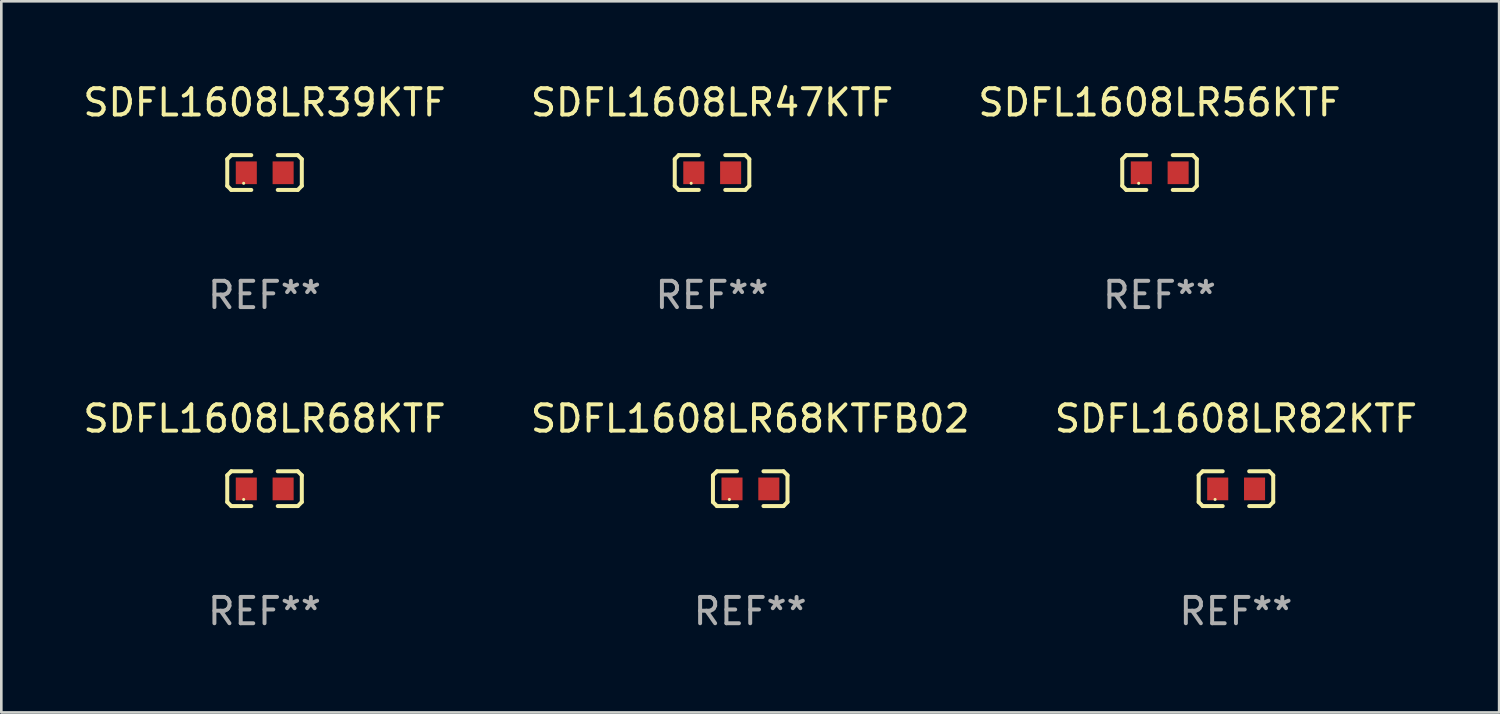
<source format=kicad_pcb>
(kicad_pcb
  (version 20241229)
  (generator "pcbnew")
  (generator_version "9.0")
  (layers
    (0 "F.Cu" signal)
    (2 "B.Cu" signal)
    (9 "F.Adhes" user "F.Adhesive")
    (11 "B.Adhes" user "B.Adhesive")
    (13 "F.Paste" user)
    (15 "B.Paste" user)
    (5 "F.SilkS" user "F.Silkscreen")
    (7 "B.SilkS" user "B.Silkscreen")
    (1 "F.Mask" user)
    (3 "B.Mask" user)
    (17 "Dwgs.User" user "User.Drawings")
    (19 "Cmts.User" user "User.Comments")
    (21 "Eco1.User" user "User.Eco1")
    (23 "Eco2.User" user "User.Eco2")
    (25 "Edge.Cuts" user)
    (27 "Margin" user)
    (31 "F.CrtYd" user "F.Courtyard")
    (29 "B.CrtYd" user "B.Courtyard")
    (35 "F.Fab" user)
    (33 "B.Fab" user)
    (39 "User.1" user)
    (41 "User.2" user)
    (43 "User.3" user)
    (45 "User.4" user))
  (footprint "SDFL1608LR39KTF"
    (layer "F.Cu")
    (at 7.006 3.509)
    (property "Reference" "SDFL1608LR39KTF" (at 0 -2.661 0) (layer "F.SilkS") (effects (font (size 1 1) (thickness 0.15))))
    (attr through_hole)
    (fp_line (start -1.417 -0.508) (end -1.265 -0.661) (stroke (width 0.152) (type solid)) (layer "F.SilkS"))
    (fp_line (start -1.417 0.508) (end -1.417 -0.508) (stroke (width 0.152) (type solid)) (layer "F.SilkS"))
    (fp_line (start -1.265 -0.661) (end -0.503 -0.661) (stroke (width 0.152) (type solid)) (layer "F.SilkS"))
    (fp_line (start -1.265 0.661) (end -1.417 0.508) (stroke (width 0.152) (type solid)) (layer "F.SilkS"))
    (fp_line (start -1.265 0.661) (end -0.503 0.661) (stroke (width 0.152) (type solid)) (layer "F.SilkS"))
    (fp_line (start 1.265 -0.661) (end 0.503 -0.661) (stroke (width 0.152) (type solid)) (layer "F.SilkS"))
    (fp_line (start 1.265 -0.661) (end 1.417 -0.508) (stroke (width 0.152) (type solid)) (layer "F.SilkS"))
    (fp_line (start 1.265 0.661) (end 0.503 0.661) (stroke (width 0.152) (type solid)) (layer "F.SilkS"))
    (fp_line (start 1.417 -0.508) (end 1.417 0.508) (stroke (width 0.152) (type solid)) (layer "F.SilkS"))
    (fp_line (start 1.417 0.508) (end 1.265 0.661) (stroke (width 0.152) (type solid)) (layer "F.SilkS"))
    (fp_circle (center -0.793 0.409) (end -0.763 0.409) (stroke (width 0.06) (type solid)) (fill no) (layer "F.SilkS"))
    (fp_text user "REF**" (at 0 4.661 0) (layer "F.Fab") (effects (font (size 1 1) (thickness 0.15))))
    (pad "1" smd rect (at -0.693 0.009 180) (size 0.8 0.864) (layers "F.Cu" "F.Mask" "F.Paste"))
    (pad "2" smd rect (at 0.707 0.009 180) (size 0.8 0.864) (layers "F.Cu" "F.Mask" "F.Paste")))
  (footprint "SDFL1608LR82KTF"
    (layer "F.Cu")
    (at 43.935 15.527)
    (property "Reference" "SDFL1608LR82KTF" (at 0 -2.661 0) (layer "F.SilkS") (effects (font (size 1 1) (thickness 0.15))))
    (attr through_hole)
    (fp_line (start -1.417 -0.508) (end -1.265 -0.661) (stroke (width 0.152) (type solid)) (layer "F.SilkS"))
    (fp_line (start -1.417 0.508) (end -1.417 -0.508) (stroke (width 0.152) (type solid)) (layer "F.SilkS"))
    (fp_line (start -1.265 -0.661) (end -0.503 -0.661) (stroke (width 0.152) (type solid)) (layer "F.SilkS"))
    (fp_line (start -1.265 0.661) (end -1.417 0.508) (stroke (width 0.152) (type solid)) (layer "F.SilkS"))
    (fp_line (start -1.265 0.661) (end -0.503 0.661) (stroke (width 0.152) (type solid)) (layer "F.SilkS"))
    (fp_line (start 1.265 -0.661) (end 0.503 -0.661) (stroke (width 0.152) (type solid)) (layer "F.SilkS"))
    (fp_line (start 1.265 -0.661) (end 1.417 -0.508) (stroke (width 0.152) (type solid)) (layer "F.SilkS"))
    (fp_line (start 1.265 0.661) (end 0.503 0.661) (stroke (width 0.152) (type solid)) (layer "F.SilkS"))
    (fp_line (start 1.417 -0.508) (end 1.417 0.508) (stroke (width 0.152) (type solid)) (layer "F.SilkS"))
    (fp_line (start 1.417 0.508) (end 1.265 0.661) (stroke (width 0.152) (type solid)) (layer "F.SilkS"))
    (fp_circle (center -0.793 0.409) (end -0.763 0.409) (stroke (width 0.06) (type solid)) (fill no) (layer "F.SilkS"))
    (fp_text user "REF**" (at 0 4.661 0) (layer "F.Fab") (effects (font (size 1 1) (thickness 0.15))))
    (pad "1" smd rect (at -0.693 0.009 180) (size 0.8 0.864) (layers "F.Cu" "F.Mask" "F.Paste"))
    (pad "2" smd rect (at 0.707 0.009 180) (size 0.8 0.864) (layers "F.Cu" "F.Mask" "F.Paste")))
  (footprint "SDFL1608LR68KTFB02"
    (layer "F.Cu")
    (at 25.47 15.527)
    (property "Reference" "SDFL1608LR68KTFB02" (at 0 -2.661 0) (layer "F.SilkS") (effects (font (size 1 1) (thickness 0.15))))
    (attr through_hole)
    (fp_line (start -1.417 -0.508) (end -1.265 -0.661) (stroke (width 0.152) (type solid)) (layer "F.SilkS"))
    (fp_line (start -1.417 0.508) (end -1.417 -0.508) (stroke (width 0.152) (type solid)) (layer "F.SilkS"))
    (fp_line (start -1.265 -0.661) (end -0.503 -0.661) (stroke (width 0.152) (type solid)) (layer "F.SilkS"))
    (fp_line (start -1.265 0.661) (end -1.417 0.508) (stroke (width 0.152) (type solid)) (layer "F.SilkS"))
    (fp_line (start -1.265 0.661) (end -0.503 0.661) (stroke (width 0.152) (type solid)) (layer "F.SilkS"))
    (fp_line (start 1.265 -0.661) (end 0.503 -0.661) (stroke (width 0.152) (type solid)) (layer "F.SilkS"))
    (fp_line (start 1.265 -0.661) (end 1.417 -0.508) (stroke (width 0.152) (type solid)) (layer "F.SilkS"))
    (fp_line (start 1.265 0.661) (end 0.503 0.661) (stroke (width 0.152) (type solid)) (layer "F.SilkS"))
    (fp_line (start 1.417 -0.508) (end 1.417 0.508) (stroke (width 0.152) (type solid)) (layer "F.SilkS"))
    (fp_line (start 1.417 0.508) (end 1.265 0.661) (stroke (width 0.152) (type solid)) (layer "F.SilkS"))
    (fp_circle (center -0.793 0.409) (end -0.763 0.409) (stroke (width 0.06) (type solid)) (fill no) (layer "F.SilkS"))
    (fp_text user "REF**" (at 0 4.661 0) (layer "F.Fab") (effects (font (size 1 1) (thickness 0.15))))
    (pad "1" smd rect (at -0.693 0.009 180) (size 0.8 0.864) (layers "F.Cu" "F.Mask" "F.Paste"))
    (pad "2" smd rect (at 0.707 0.009 180) (size 0.8 0.864) (layers "F.Cu" "F.Mask" "F.Paste")))
  (footprint "SDFL1608LR47KTF"
    (layer "F.Cu")
    (at 24.018 3.509)
    (property "Reference" "SDFL1608LR47KTF" (at 0 -2.661 0) (layer "F.SilkS") (effects (font (size 1 1) (thickness 0.15))))
    (attr through_hole)
    (fp_line (start -1.417 -0.508) (end -1.265 -0.661) (stroke (width 0.152) (type solid)) (layer "F.SilkS"))
    (fp_line (start -1.417 0.508) (end -1.417 -0.508) (stroke (width 0.152) (type solid)) (layer "F.SilkS"))
    (fp_line (start -1.265 -0.661) (end -0.503 -0.661) (stroke (width 0.152) (type solid)) (layer "F.SilkS"))
    (fp_line (start -1.265 0.661) (end -1.417 0.508) (stroke (width 0.152) (type solid)) (layer "F.SilkS"))
    (fp_line (start -1.265 0.661) (end -0.503 0.661) (stroke (width 0.152) (type solid)) (layer "F.SilkS"))
    (fp_line (start 1.265 -0.661) (end 0.503 -0.661) (stroke (width 0.152) (type solid)) (layer "F.SilkS"))
    (fp_line (start 1.265 -0.661) (end 1.417 -0.508) (stroke (width 0.152) (type solid)) (layer "F.SilkS"))
    (fp_line (start 1.265 0.661) (end 0.503 0.661) (stroke (width 0.152) (type solid)) (layer "F.SilkS"))
    (fp_line (start 1.417 -0.508) (end 1.417 0.508) (stroke (width 0.152) (type solid)) (layer "F.SilkS"))
    (fp_line (start 1.417 0.508) (end 1.265 0.661) (stroke (width 0.152) (type solid)) (layer "F.SilkS"))
    (fp_circle (center -0.793 0.409) (end -0.763 0.409) (stroke (width 0.06) (type solid)) (fill no) (layer "F.SilkS"))
    (fp_text user "REF**" (at 0 4.661 0) (layer "F.Fab") (effects (font (size 1 1) (thickness 0.15))))
    (pad "1" smd rect (at -0.693 0.009 180) (size 0.8 0.864) (layers "F.Cu" "F.Mask" "F.Paste"))
    (pad "2" smd rect (at 0.707 0.009 180) (size 0.8 0.864) (layers "F.Cu" "F.Mask" "F.Paste")))
  (footprint "SDFL1608LR68KTF"
    (layer "F.Cu")
    (at 7.006 15.527)
    (property "Reference" "SDFL1608LR68KTF" (at 0 -2.661 0) (layer "F.SilkS") (effects (font (size 1 1) (thickness 0.15))))
    (attr through_hole)
    (fp_line (start -1.417 -0.508) (end -1.265 -0.661) (stroke (width 0.152) (type solid)) (layer "F.SilkS"))
    (fp_line (start -1.417 0.508) (end -1.417 -0.508) (stroke (width 0.152) (type solid)) (layer "F.SilkS"))
    (fp_line (start -1.265 -0.661) (end -0.503 -0.661) (stroke (width 0.152) (type solid)) (layer "F.SilkS"))
    (fp_line (start -1.265 0.661) (end -1.417 0.508) (stroke (width 0.152) (type solid)) (layer "F.SilkS"))
    (fp_line (start -1.265 0.661) (end -0.503 0.661) (stroke (width 0.152) (type solid)) (layer "F.SilkS"))
    (fp_line (start 1.265 -0.661) (end 0.503 -0.661) (stroke (width 0.152) (type solid)) (layer "F.SilkS"))
    (fp_line (start 1.265 -0.661) (end 1.417 -0.508) (stroke (width 0.152) (type solid)) (layer "F.SilkS"))
    (fp_line (start 1.265 0.661) (end 0.503 0.661) (stroke (width 0.152) (type solid)) (layer "F.SilkS"))
    (fp_line (start 1.417 -0.508) (end 1.417 0.508) (stroke (width 0.152) (type solid)) (layer "F.SilkS"))
    (fp_line (start 1.417 0.508) (end 1.265 0.661) (stroke (width 0.152) (type solid)) (layer "F.SilkS"))
    (fp_circle (center -0.793 0.409) (end -0.763 0.409) (stroke (width 0.06) (type solid)) (fill no) (layer "F.SilkS"))
    (fp_text user "REF**" (at 0 4.661 0) (layer "F.Fab") (effects (font (size 1 1) (thickness 0.15))))
    (pad "1" smd rect (at -0.693 0.009 180) (size 0.8 0.864) (layers "F.Cu" "F.Mask" "F.Paste"))
    (pad "2" smd rect (at 0.707 0.009 180) (size 0.8 0.864) (layers "F.Cu" "F.Mask" "F.Paste")))
  (footprint "SDFL1608LR56KTF"
    (layer "F.Cu")
    (at 41.03 3.509)
    (property "Reference" "SDFL1608LR56KTF" (at 0 -2.661 0) (layer "F.SilkS") (effects (font (size 1 1) (thickness 0.15))))
    (attr through_hole)
    (fp_line (start -1.417 -0.508) (end -1.265 -0.661) (stroke (width 0.152) (type solid)) (layer "F.SilkS"))
    (fp_line (start -1.417 0.508) (end -1.417 -0.508) (stroke (width 0.152) (type solid)) (layer "F.SilkS"))
    (fp_line (start -1.265 -0.661) (end -0.503 -0.661) (stroke (width 0.152) (type solid)) (layer "F.SilkS"))
    (fp_line (start -1.265 0.661) (end -1.417 0.508) (stroke (width 0.152) (type solid)) (layer "F.SilkS"))
    (fp_line (start -1.265 0.661) (end -0.503 0.661) (stroke (width 0.152) (type solid)) (layer "F.SilkS"))
    (fp_line (start 1.265 -0.661) (end 0.503 -0.661) (stroke (width 0.152) (type solid)) (layer "F.SilkS"))
    (fp_line (start 1.265 -0.661) (end 1.417 -0.508) (stroke (width 0.152) (type solid)) (layer "F.SilkS"))
    (fp_line (start 1.265 0.661) (end 0.503 0.661) (stroke (width 0.152) (type solid)) (layer "F.SilkS"))
    (fp_line (start 1.417 -0.508) (end 1.417 0.508) (stroke (width 0.152) (type solid)) (layer "F.SilkS"))
    (fp_line (start 1.417 0.508) (end 1.265 0.661) (stroke (width 0.152) (type solid)) (layer "F.SilkS"))
    (fp_circle (center -0.793 0.409) (end -0.763 0.409) (stroke (width 0.06) (type solid)) (fill no) (layer "F.SilkS"))
    (fp_text user "REF**" (at 0 4.661 0) (layer "F.Fab") (effects (font (size 1 1) (thickness 0.15))))
    (pad "1" smd rect (at -0.693 0.009 180) (size 0.8 0.864) (layers "F.Cu" "F.Mask" "F.Paste"))
    (pad "2" smd rect (at 0.707 0.009 180) (size 0.8 0.864) (layers "F.Cu" "F.Mask" "F.Paste")))
  (gr_rect
    (start -3 -3)
    (end 53.94 24.035)
    (stroke (width 0.1) (type default))
    (fill no)
    (layer "Edge.Cuts")))
</source>
